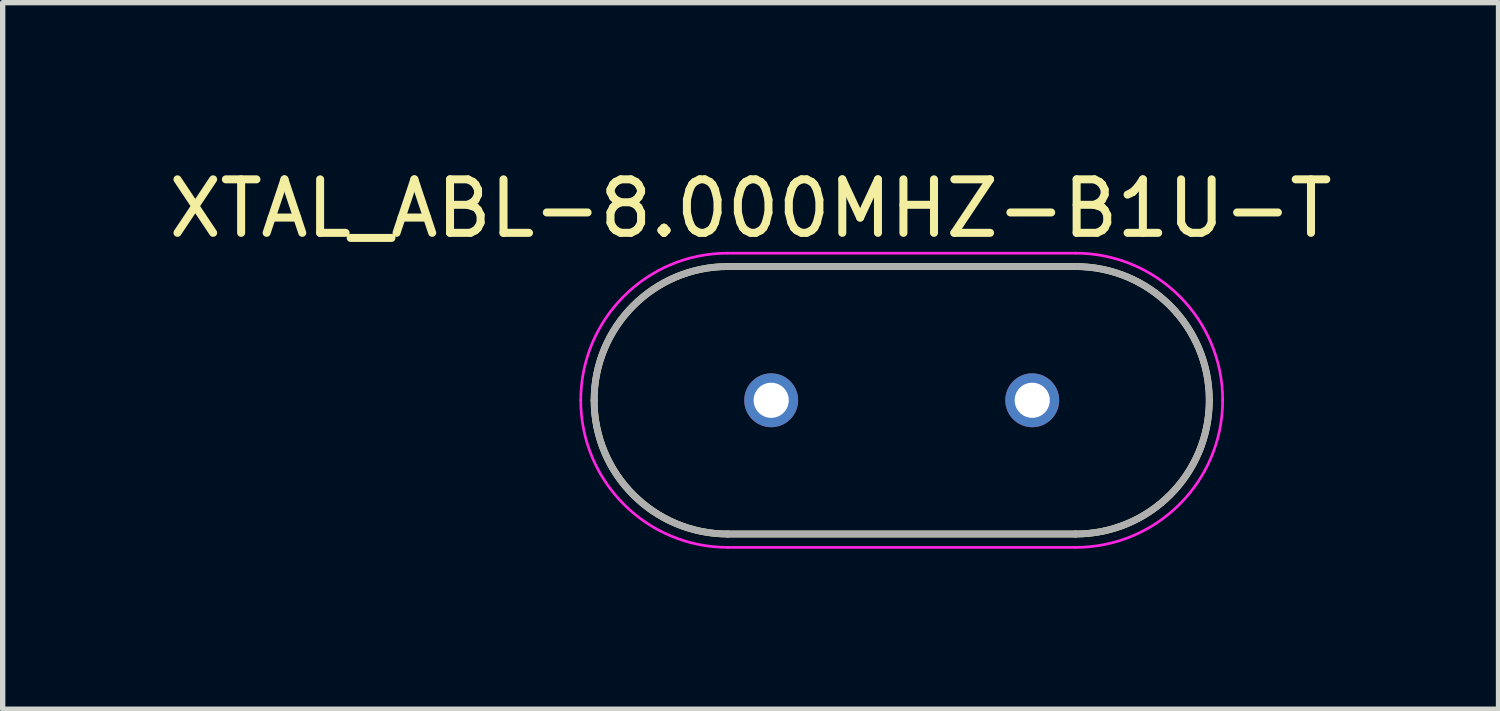
<source format=kicad_pcb>
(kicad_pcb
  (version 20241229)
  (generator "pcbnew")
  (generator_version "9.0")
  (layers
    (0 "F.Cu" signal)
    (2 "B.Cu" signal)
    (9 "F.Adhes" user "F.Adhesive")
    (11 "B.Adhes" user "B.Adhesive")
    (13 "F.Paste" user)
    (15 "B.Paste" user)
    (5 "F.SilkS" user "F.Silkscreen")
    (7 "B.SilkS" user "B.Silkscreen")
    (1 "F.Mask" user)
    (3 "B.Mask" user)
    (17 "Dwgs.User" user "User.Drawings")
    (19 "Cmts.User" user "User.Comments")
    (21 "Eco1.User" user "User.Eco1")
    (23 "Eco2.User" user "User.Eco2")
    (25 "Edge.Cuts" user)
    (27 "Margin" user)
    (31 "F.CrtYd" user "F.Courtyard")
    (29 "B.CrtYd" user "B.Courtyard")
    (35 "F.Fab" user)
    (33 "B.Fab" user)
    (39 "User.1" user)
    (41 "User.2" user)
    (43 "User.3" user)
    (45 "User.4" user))
  (footprint "XTAL_ABL-8.000MHZ-B1U-T"
    (layer "F.Cu")
    (at 13.807 4.433)
    (property "Reference" "XTAL_ABL-8.000MHZ-B1U-T" (at -2.825 -3.585 0) (layer "F.SilkS") (effects (font (size 1 1) (thickness 0.15))))
    (attr through_hole)
    (fp_line (start -3.25 -2.5) (end 3.25 -2.5) (stroke (width 0.127) (type solid)) (layer "F.SilkS"))
    (fp_line (start -3.25 2.5) (end 3.25 2.5) (stroke (width 0.127) (type solid)) (layer "F.SilkS"))
    (fp_arc (start -5.75 0) (mid -5.017767 -1.767767) (end -3.25 -2.5) (stroke (width 0.127) (type solid)) (layer "F.SilkS"))
    (fp_arc (start -3.25 2.5) (mid -5.017767 1.767767) (end -5.75 0) (stroke (width 0.127) (type solid)) (layer "F.SilkS"))
    (fp_arc (start 3.25 -2.5) (mid 5.017767 -1.767767) (end 5.75 0) (stroke (width 0.127) (type solid)) (layer "F.SilkS"))
    (fp_arc (start 5.75 0) (mid 5.017767 1.767767) (end 3.25 2.5) (stroke (width 0.127) (type solid)) (layer "F.SilkS"))
    (fp_line (start -3.25 -2.75) (end 3.25 -2.75) (stroke (width 0.05) (type solid)) (layer "F.CrtYd"))
    (fp_line (start -3.25 2.75) (end 3.25 2.75) (stroke (width 0.05) (type solid)) (layer "F.CrtYd"))
    (fp_arc (start -6 0) (mid -5.194544 -1.944544) (end -3.25 -2.75) (stroke (width 0.05) (type solid)) (layer "F.CrtYd"))
    (fp_arc (start -3.25 2.75) (mid -5.194544 1.944544) (end -6 0) (stroke (width 0.05) (type solid)) (layer "F.CrtYd"))
    (fp_arc (start 3.25 -2.75) (mid 5.194544 -1.944544) (end 6 0) (stroke (width 0.05) (type solid)) (layer "F.CrtYd"))
    (fp_arc (start 6 0) (mid 5.194544 1.944544) (end 3.25 2.75) (stroke (width 0.05) (type solid)) (layer "F.CrtYd"))
    (fp_line (start -3.25 -2.5) (end 3.25 -2.5) (stroke (width 0.127) (type solid)) (layer "F.Fab"))
    (fp_line (start -3.25 2.5) (end 3.25 2.5) (stroke (width 0.127) (type solid)) (layer "F.Fab"))
    (fp_arc (start -5.75 0) (mid -5.017767 -1.767767) (end -3.25 -2.5) (stroke (width 0.127) (type solid)) (layer "F.Fab"))
    (fp_arc (start -3.25 2.5) (mid -5.017767 1.767767) (end -5.75 0) (stroke (width 0.127) (type solid)) (layer "F.Fab"))
    (fp_arc (start 3.25 -2.5) (mid 5.017767 -1.767767) (end 5.75 0) (stroke (width 0.127) (type solid)) (layer "F.Fab"))
    (fp_arc (start 5.75 0) (mid 5.017767 1.767767) (end 3.25 2.5) (stroke (width 0.127) (type solid)) (layer "F.Fab"))
    (pad "1" thru_hole circle (at -2.44 0) (size 1.007 1.007) (drill 0.657) (layers "*.Cu" "*.Mask"))
    (pad "2" thru_hole circle (at 2.44 0) (size 1.007 1.007) (drill 0.657) (layers "*.Cu" "*.Mask")))
  (gr_rect
    (start -3 -3)
    (end 24.964 10.208)
    (stroke (width 0.1) (type default))
    (fill no)
    (layer "Edge.Cuts")))
</source>
